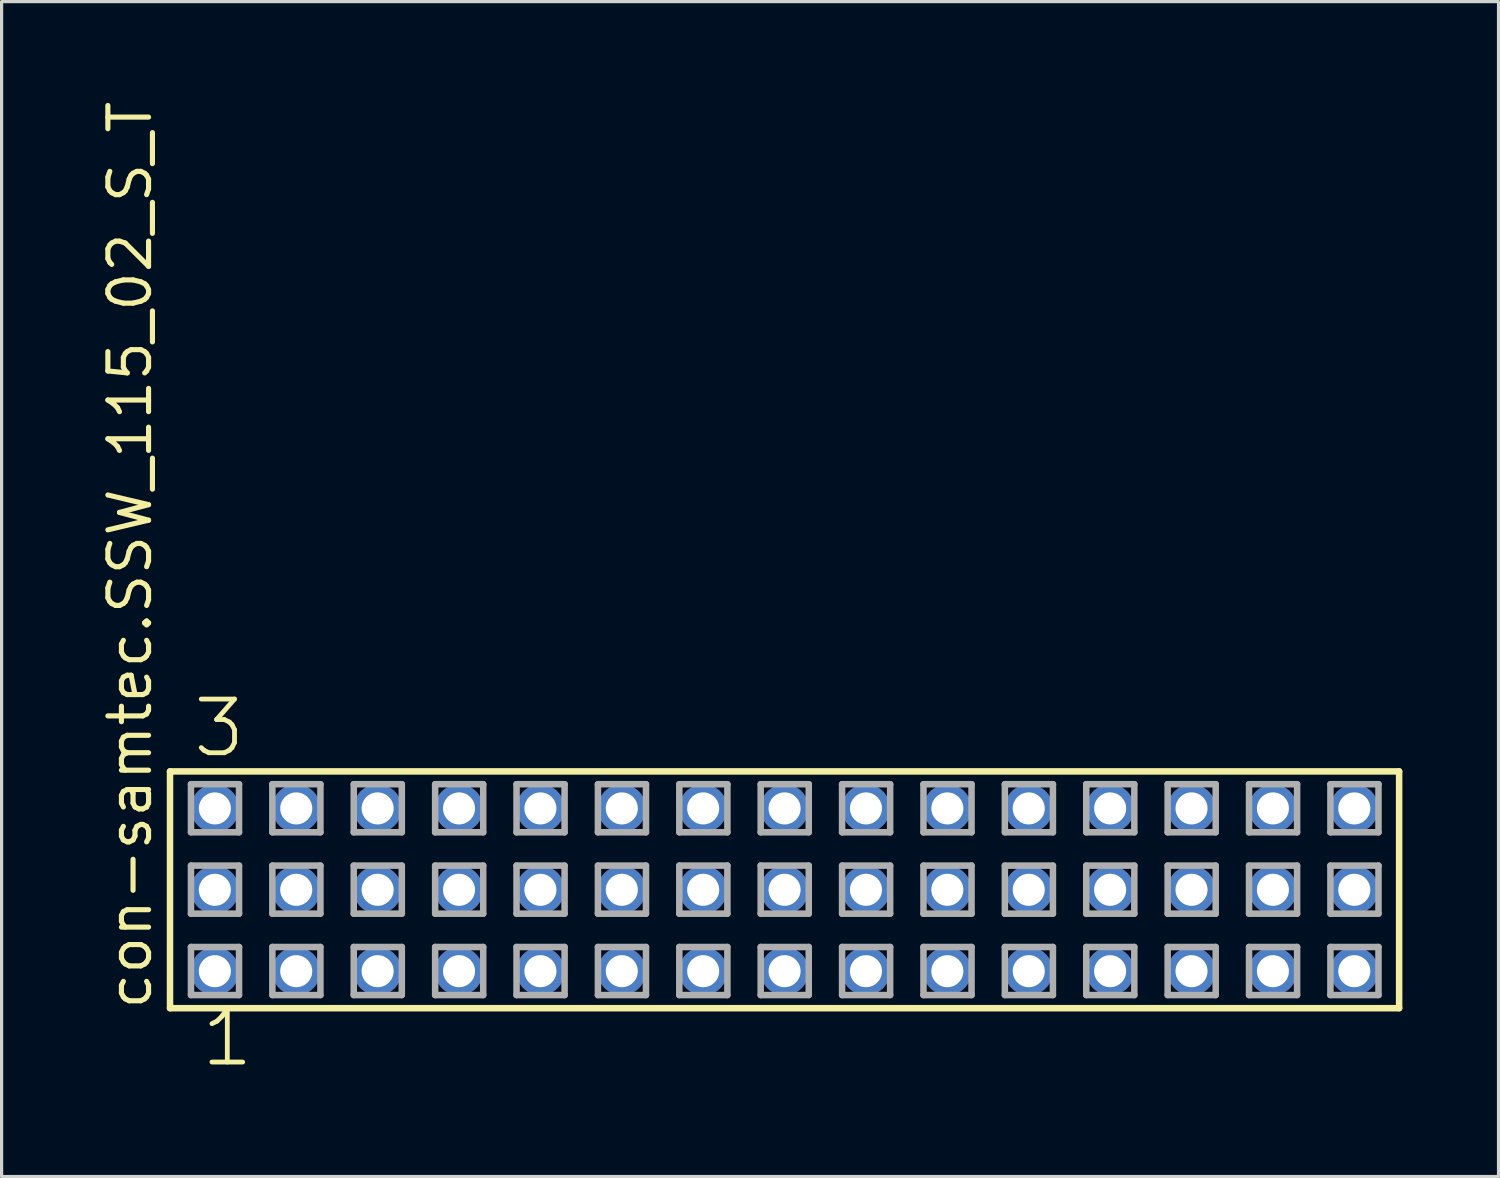
<source format=kicad_pcb>
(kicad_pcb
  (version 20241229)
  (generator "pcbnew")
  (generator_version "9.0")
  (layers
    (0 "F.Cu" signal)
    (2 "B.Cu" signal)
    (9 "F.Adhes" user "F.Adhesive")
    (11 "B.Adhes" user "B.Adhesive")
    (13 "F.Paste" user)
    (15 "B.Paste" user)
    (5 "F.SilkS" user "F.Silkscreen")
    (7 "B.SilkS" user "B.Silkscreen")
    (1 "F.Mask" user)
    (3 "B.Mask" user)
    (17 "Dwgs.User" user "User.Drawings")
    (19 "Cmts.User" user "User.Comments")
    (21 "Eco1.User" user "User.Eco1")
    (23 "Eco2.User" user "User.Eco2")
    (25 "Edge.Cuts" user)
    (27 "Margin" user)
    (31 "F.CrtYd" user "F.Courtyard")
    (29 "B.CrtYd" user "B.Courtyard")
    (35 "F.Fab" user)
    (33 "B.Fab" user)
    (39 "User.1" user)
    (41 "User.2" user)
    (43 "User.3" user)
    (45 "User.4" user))
  (footprint "con-samtec.SSW_115_02_S_T"
    (layer "F.Cu")
    (at 21.435 24.719)
    (property "Reference" "con-samtec.SSW_115_02_S_T" (at -19.685 3.81 90) (layer "F.SilkS") (effects (font (size 1.27 1.27) (thickness 0.16)) (justify left bottom)))
    (attr through_hole)
    (fp_line (start -19.179 -3.695) (end 19.179 -3.695) (stroke (width 0.203) (type default)) (layer "F.SilkS"))
    (fp_line (start -19.179 3.695) (end -19.179 -3.695) (stroke (width 0.203) (type default)) (layer "F.SilkS"))
    (fp_line (start 19.179 -3.695) (end 19.179 3.695) (stroke (width 0.203) (type default)) (layer "F.SilkS"))
    (fp_line (start 19.179 3.695) (end -19.179 3.695) (stroke (width 0.203) (type default)) (layer "F.SilkS"))
    (fp_line (start -18.525 -3.295) (end -17.025 -3.295) (stroke (width 0.203) (type default)) (layer "F.Fab"))
    (fp_line (start -18.525 -1.795) (end -18.525 -3.295) (stroke (width 0.203) (type default)) (layer "F.Fab"))
    (fp_line (start -18.525 -0.755) (end -17.025 -0.755) (stroke (width 0.203) (type default)) (layer "F.Fab"))
    (fp_line (start -18.525 0.745) (end -18.525 -0.755) (stroke (width 0.203) (type default)) (layer "F.Fab"))
    (fp_line (start -18.525 1.785) (end -17.025 1.785) (stroke (width 0.203) (type default)) (layer "F.Fab"))
    (fp_line (start -18.525 3.285) (end -18.525 1.785) (stroke (width 0.203) (type default)) (layer "F.Fab"))
    (fp_line (start -17.025 -3.295) (end -17.025 -1.795) (stroke (width 0.203) (type default)) (layer "F.Fab"))
    (fp_line (start -17.025 -1.795) (end -18.525 -1.795) (stroke (width 0.203) (type default)) (layer "F.Fab"))
    (fp_line (start -17.025 -0.755) (end -17.025 0.745) (stroke (width 0.203) (type default)) (layer "F.Fab"))
    (fp_line (start -17.025 0.745) (end -18.525 0.745) (stroke (width 0.203) (type default)) (layer "F.Fab"))
    (fp_line (start -17.025 1.785) (end -17.025 3.285) (stroke (width 0.203) (type default)) (layer "F.Fab"))
    (fp_line (start -17.025 3.285) (end -18.525 3.285) (stroke (width 0.203) (type default)) (layer "F.Fab"))
    (fp_line (start -15.985 -3.295) (end -14.485 -3.295) (stroke (width 0.203) (type default)) (layer "F.Fab"))
    (fp_line (start -15.985 -1.795) (end -15.985 -3.295) (stroke (width 0.203) (type default)) (layer "F.Fab"))
    (fp_line (start -15.985 -0.755) (end -14.485 -0.755) (stroke (width 0.203) (type default)) (layer "F.Fab"))
    (fp_line (start -15.985 0.745) (end -15.985 -0.755) (stroke (width 0.203) (type default)) (layer "F.Fab"))
    (fp_line (start -15.985 1.785) (end -14.485 1.785) (stroke (width 0.203) (type default)) (layer "F.Fab"))
    (fp_line (start -15.985 3.285) (end -15.985 1.785) (stroke (width 0.203) (type default)) (layer "F.Fab"))
    (fp_line (start -14.485 -3.295) (end -14.485 -1.795) (stroke (width 0.203) (type default)) (layer "F.Fab"))
    (fp_line (start -14.485 -1.795) (end -15.985 -1.795) (stroke (width 0.203) (type default)) (layer "F.Fab"))
    (fp_line (start -14.485 -0.755) (end -14.485 0.745) (stroke (width 0.203) (type default)) (layer "F.Fab"))
    (fp_line (start -14.485 0.745) (end -15.985 0.745) (stroke (width 0.203) (type default)) (layer "F.Fab"))
    (fp_line (start -14.485 1.785) (end -14.485 3.285) (stroke (width 0.203) (type default)) (layer "F.Fab"))
    (fp_line (start -14.485 3.285) (end -15.985 3.285) (stroke (width 0.203) (type default)) (layer "F.Fab"))
    (fp_line (start -13.445 -3.295) (end -11.945 -3.295) (stroke (width 0.203) (type default)) (layer "F.Fab"))
    (fp_line (start -13.445 -1.795) (end -13.445 -3.295) (stroke (width 0.203) (type default)) (layer "F.Fab"))
    (fp_line (start -13.445 -0.755) (end -11.945 -0.755) (stroke (width 0.203) (type default)) (layer "F.Fab"))
    (fp_line (start -13.445 0.745) (end -13.445 -0.755) (stroke (width 0.203) (type default)) (layer "F.Fab"))
    (fp_line (start -13.445 1.785) (end -11.945 1.785) (stroke (width 0.203) (type default)) (layer "F.Fab"))
    (fp_line (start -13.445 3.285) (end -13.445 1.785) (stroke (width 0.203) (type default)) (layer "F.Fab"))
    (fp_line (start -11.945 -3.295) (end -11.945 -1.795) (stroke (width 0.203) (type default)) (layer "F.Fab"))
    (fp_line (start -11.945 -1.795) (end -13.445 -1.795) (stroke (width 0.203) (type default)) (layer "F.Fab"))
    (fp_line (start -11.945 -0.755) (end -11.945 0.745) (stroke (width 0.203) (type default)) (layer "F.Fab"))
    (fp_line (start -11.945 0.745) (end -13.445 0.745) (stroke (width 0.203) (type default)) (layer "F.Fab"))
    (fp_line (start -11.945 1.785) (end -11.945 3.285) (stroke (width 0.203) (type default)) (layer "F.Fab"))
    (fp_line (start -11.945 3.285) (end -13.445 3.285) (stroke (width 0.203) (type default)) (layer "F.Fab"))
    (fp_line (start -10.905 -3.295) (end -9.405 -3.295) (stroke (width 0.203) (type default)) (layer "F.Fab"))
    (fp_line (start -10.905 -1.795) (end -10.905 -3.295) (stroke (width 0.203) (type default)) (layer "F.Fab"))
    (fp_line (start -10.905 -0.755) (end -9.405 -0.755) (stroke (width 0.203) (type default)) (layer "F.Fab"))
    (fp_line (start -10.905 0.745) (end -10.905 -0.755) (stroke (width 0.203) (type default)) (layer "F.Fab"))
    (fp_line (start -10.905 1.785) (end -9.405 1.785) (stroke (width 0.203) (type default)) (layer "F.Fab"))
    (fp_line (start -10.905 3.285) (end -10.905 1.785) (stroke (width 0.203) (type default)) (layer "F.Fab"))
    (fp_line (start -9.405 -3.295) (end -9.405 -1.795) (stroke (width 0.203) (type default)) (layer "F.Fab"))
    (fp_line (start -9.405 -1.795) (end -10.905 -1.795) (stroke (width 0.203) (type default)) (layer "F.Fab"))
    (fp_line (start -9.405 -0.755) (end -9.405 0.745) (stroke (width 0.203) (type default)) (layer "F.Fab"))
    (fp_line (start -9.405 0.745) (end -10.905 0.745) (stroke (width 0.203) (type default)) (layer "F.Fab"))
    (fp_line (start -9.405 1.785) (end -9.405 3.285) (stroke (width 0.203) (type default)) (layer "F.Fab"))
    (fp_line (start -9.405 3.285) (end -10.905 3.285) (stroke (width 0.203) (type default)) (layer "F.Fab"))
    (fp_line (start -8.365 -3.295) (end -6.865 -3.295) (stroke (width 0.203) (type default)) (layer "F.Fab"))
    (fp_line (start -8.365 -1.795) (end -8.365 -3.295) (stroke (width 0.203) (type default)) (layer "F.Fab"))
    (fp_line (start -8.365 -0.755) (end -6.865 -0.755) (stroke (width 0.203) (type default)) (layer "F.Fab"))
    (fp_line (start -8.365 0.745) (end -8.365 -0.755) (stroke (width 0.203) (type default)) (layer "F.Fab"))
    (fp_line (start -8.365 1.785) (end -6.865 1.785) (stroke (width 0.203) (type default)) (layer "F.Fab"))
    (fp_line (start -8.365 3.285) (end -8.365 1.785) (stroke (width 0.203) (type default)) (layer "F.Fab"))
    (fp_line (start -6.865 -3.295) (end -6.865 -1.795) (stroke (width 0.203) (type default)) (layer "F.Fab"))
    (fp_line (start -6.865 -1.795) (end -8.365 -1.795) (stroke (width 0.203) (type default)) (layer "F.Fab"))
    (fp_line (start -6.865 -0.755) (end -6.865 0.745) (stroke (width 0.203) (type default)) (layer "F.Fab"))
    (fp_line (start -6.865 0.745) (end -8.365 0.745) (stroke (width 0.203) (type default)) (layer "F.Fab"))
    (fp_line (start -6.865 1.785) (end -6.865 3.285) (stroke (width 0.203) (type default)) (layer "F.Fab"))
    (fp_line (start -6.865 3.285) (end -8.365 3.285) (stroke (width 0.203) (type default)) (layer "F.Fab"))
    (fp_line (start -5.825 -3.295) (end -4.325 -3.295) (stroke (width 0.203) (type default)) (layer "F.Fab"))
    (fp_line (start -5.825 -1.795) (end -5.825 -3.295) (stroke (width 0.203) (type default)) (layer "F.Fab"))
    (fp_line (start -5.825 -0.755) (end -4.325 -0.755) (stroke (width 0.203) (type default)) (layer "F.Fab"))
    (fp_line (start -5.825 0.745) (end -5.825 -0.755) (stroke (width 0.203) (type default)) (layer "F.Fab"))
    (fp_line (start -5.825 1.785) (end -4.325 1.785) (stroke (width 0.203) (type default)) (layer "F.Fab"))
    (fp_line (start -5.825 3.285) (end -5.825 1.785) (stroke (width 0.203) (type default)) (layer "F.Fab"))
    (fp_line (start -4.325 -3.295) (end -4.325 -1.795) (stroke (width 0.203) (type default)) (layer "F.Fab"))
    (fp_line (start -4.325 -1.795) (end -5.825 -1.795) (stroke (width 0.203) (type default)) (layer "F.Fab"))
    (fp_line (start -4.325 -0.755) (end -4.325 0.745) (stroke (width 0.203) (type default)) (layer "F.Fab"))
    (fp_line (start -4.325 0.745) (end -5.825 0.745) (stroke (width 0.203) (type default)) (layer "F.Fab"))
    (fp_line (start -4.325 1.785) (end -4.325 3.285) (stroke (width 0.203) (type default)) (layer "F.Fab"))
    (fp_line (start -4.325 3.285) (end -5.825 3.285) (stroke (width 0.203) (type default)) (layer "F.Fab"))
    (fp_line (start -3.285 -3.295) (end -1.785 -3.295) (stroke (width 0.203) (type default)) (layer "F.Fab"))
    (fp_line (start -3.285 -1.795) (end -3.285 -3.295) (stroke (width 0.203) (type default)) (layer "F.Fab"))
    (fp_line (start -3.285 -0.755) (end -1.785 -0.755) (stroke (width 0.203) (type default)) (layer "F.Fab"))
    (fp_line (start -3.285 0.745) (end -3.285 -0.755) (stroke (width 0.203) (type default)) (layer "F.Fab"))
    (fp_line (start -3.285 1.785) (end -1.785 1.785) (stroke (width 0.203) (type default)) (layer "F.Fab"))
    (fp_line (start -3.285 3.285) (end -3.285 1.785) (stroke (width 0.203) (type default)) (layer "F.Fab"))
    (fp_line (start -1.785 -3.295) (end -1.785 -1.795) (stroke (width 0.203) (type default)) (layer "F.Fab"))
    (fp_line (start -1.785 -1.795) (end -3.285 -1.795) (stroke (width 0.203) (type default)) (layer "F.Fab"))
    (fp_line (start -1.785 -0.755) (end -1.785 0.745) (stroke (width 0.203) (type default)) (layer "F.Fab"))
    (fp_line (start -1.785 0.745) (end -3.285 0.745) (stroke (width 0.203) (type default)) (layer "F.Fab"))
    (fp_line (start -1.785 1.785) (end -1.785 3.285) (stroke (width 0.203) (type default)) (layer "F.Fab"))
    (fp_line (start -1.785 3.285) (end -3.285 3.285) (stroke (width 0.203) (type default)) (layer "F.Fab"))
    (fp_line (start -0.745 -3.295) (end 0.755 -3.295) (stroke (width 0.203) (type default)) (layer "F.Fab"))
    (fp_line (start -0.745 -1.795) (end -0.745 -3.295) (stroke (width 0.203) (type default)) (layer "F.Fab"))
    (fp_line (start -0.745 -0.755) (end 0.755 -0.755) (stroke (width 0.203) (type default)) (layer "F.Fab"))
    (fp_line (start -0.745 0.745) (end -0.745 -0.755) (stroke (width 0.203) (type default)) (layer "F.Fab"))
    (fp_line (start -0.745 1.785) (end 0.755 1.785) (stroke (width 0.203) (type default)) (layer "F.Fab"))
    (fp_line (start -0.745 3.285) (end -0.745 1.785) (stroke (width 0.203) (type default)) (layer "F.Fab"))
    (fp_line (start 0.755 -3.295) (end 0.755 -1.795) (stroke (width 0.203) (type default)) (layer "F.Fab"))
    (fp_line (start 0.755 -1.795) (end -0.745 -1.795) (stroke (width 0.203) (type default)) (layer "F.Fab"))
    (fp_line (start 0.755 -0.755) (end 0.755 0.745) (stroke (width 0.203) (type default)) (layer "F.Fab"))
    (fp_line (start 0.755 0.745) (end -0.745 0.745) (stroke (width 0.203) (type default)) (layer "F.Fab"))
    (fp_line (start 0.755 1.785) (end 0.755 3.285) (stroke (width 0.203) (type default)) (layer "F.Fab"))
    (fp_line (start 0.755 3.285) (end -0.745 3.285) (stroke (width 0.203) (type default)) (layer "F.Fab"))
    (fp_line (start 1.795 -3.295) (end 3.295 -3.295) (stroke (width 0.203) (type default)) (layer "F.Fab"))
    (fp_line (start 1.795 -1.795) (end 1.795 -3.295) (stroke (width 0.203) (type default)) (layer "F.Fab"))
    (fp_line (start 1.795 -0.755) (end 3.295 -0.755) (stroke (width 0.203) (type default)) (layer "F.Fab"))
    (fp_line (start 1.795 0.745) (end 1.795 -0.755) (stroke (width 0.203) (type default)) (layer "F.Fab"))
    (fp_line (start 1.795 1.785) (end 3.295 1.785) (stroke (width 0.203) (type default)) (layer "F.Fab"))
    (fp_line (start 1.795 3.285) (end 1.795 1.785) (stroke (width 0.203) (type default)) (layer "F.Fab"))
    (fp_line (start 3.295 -3.295) (end 3.295 -1.795) (stroke (width 0.203) (type default)) (layer "F.Fab"))
    (fp_line (start 3.295 -1.795) (end 1.795 -1.795) (stroke (width 0.203) (type default)) (layer "F.Fab"))
    (fp_line (start 3.295 -0.755) (end 3.295 0.745) (stroke (width 0.203) (type default)) (layer "F.Fab"))
    (fp_line (start 3.295 0.745) (end 1.795 0.745) (stroke (width 0.203) (type default)) (layer "F.Fab"))
    (fp_line (start 3.295 1.785) (end 3.295 3.285) (stroke (width 0.203) (type default)) (layer "F.Fab"))
    (fp_line (start 3.295 3.285) (end 1.795 3.285) (stroke (width 0.203) (type default)) (layer "F.Fab"))
    (fp_line (start 4.335 -3.295) (end 5.835 -3.295) (stroke (width 0.203) (type default)) (layer "F.Fab"))
    (fp_line (start 4.335 -1.795) (end 4.335 -3.295) (stroke (width 0.203) (type default)) (layer "F.Fab"))
    (fp_line (start 4.335 -0.755) (end 5.835 -0.755) (stroke (width 0.203) (type default)) (layer "F.Fab"))
    (fp_line (start 4.335 0.745) (end 4.335 -0.755) (stroke (width 0.203) (type default)) (layer "F.Fab"))
    (fp_line (start 4.335 1.785) (end 5.835 1.785) (stroke (width 0.203) (type default)) (layer "F.Fab"))
    (fp_line (start 4.335 3.285) (end 4.335 1.785) (stroke (width 0.203) (type default)) (layer "F.Fab"))
    (fp_line (start 5.835 -3.295) (end 5.835 -1.795) (stroke (width 0.203) (type default)) (layer "F.Fab"))
    (fp_line (start 5.835 -1.795) (end 4.335 -1.795) (stroke (width 0.203) (type default)) (layer "F.Fab"))
    (fp_line (start 5.835 -0.755) (end 5.835 0.745) (stroke (width 0.203) (type default)) (layer "F.Fab"))
    (fp_line (start 5.835 0.745) (end 4.335 0.745) (stroke (width 0.203) (type default)) (layer "F.Fab"))
    (fp_line (start 5.835 1.785) (end 5.835 3.285) (stroke (width 0.203) (type default)) (layer "F.Fab"))
    (fp_line (start 5.835 3.285) (end 4.335 3.285) (stroke (width 0.203) (type default)) (layer "F.Fab"))
    (fp_line (start 6.875 -3.295) (end 8.375 -3.295) (stroke (width 0.203) (type default)) (layer "F.Fab"))
    (fp_line (start 6.875 -1.795) (end 6.875 -3.295) (stroke (width 0.203) (type default)) (layer "F.Fab"))
    (fp_line (start 6.875 -0.755) (end 8.375 -0.755) (stroke (width 0.203) (type default)) (layer "F.Fab"))
    (fp_line (start 6.875 0.745) (end 6.875 -0.755) (stroke (width 0.203) (type default)) (layer "F.Fab"))
    (fp_line (start 6.875 1.785) (end 8.375 1.785) (stroke (width 0.203) (type default)) (layer "F.Fab"))
    (fp_line (start 6.875 3.285) (end 6.875 1.785) (stroke (width 0.203) (type default)) (layer "F.Fab"))
    (fp_line (start 8.375 -3.295) (end 8.375 -1.795) (stroke (width 0.203) (type default)) (layer "F.Fab"))
    (fp_line (start 8.375 -1.795) (end 6.875 -1.795) (stroke (width 0.203) (type default)) (layer "F.Fab"))
    (fp_line (start 8.375 -0.755) (end 8.375 0.745) (stroke (width 0.203) (type default)) (layer "F.Fab"))
    (fp_line (start 8.375 0.745) (end 6.875 0.745) (stroke (width 0.203) (type default)) (layer "F.Fab"))
    (fp_line (start 8.375 1.785) (end 8.375 3.285) (stroke (width 0.203) (type default)) (layer "F.Fab"))
    (fp_line (start 8.375 3.285) (end 6.875 3.285) (stroke (width 0.203) (type default)) (layer "F.Fab"))
    (fp_line (start 9.415 -3.295) (end 10.915 -3.295) (stroke (width 0.203) (type default)) (layer "F.Fab"))
    (fp_line (start 9.415 -1.795) (end 9.415 -3.295) (stroke (width 0.203) (type default)) (layer "F.Fab"))
    (fp_line (start 9.415 -0.755) (end 10.915 -0.755) (stroke (width 0.203) (type default)) (layer "F.Fab"))
    (fp_line (start 9.415 0.745) (end 9.415 -0.755) (stroke (width 0.203) (type default)) (layer "F.Fab"))
    (fp_line (start 9.415 1.785) (end 10.915 1.785) (stroke (width 0.203) (type default)) (layer "F.Fab"))
    (fp_line (start 9.415 3.285) (end 9.415 1.785) (stroke (width 0.203) (type default)) (layer "F.Fab"))
    (fp_line (start 10.915 -3.295) (end 10.915 -1.795) (stroke (width 0.203) (type default)) (layer "F.Fab"))
    (fp_line (start 10.915 -1.795) (end 9.415 -1.795) (stroke (width 0.203) (type default)) (layer "F.Fab"))
    (fp_line (start 10.915 -0.755) (end 10.915 0.745) (stroke (width 0.203) (type default)) (layer "F.Fab"))
    (fp_line (start 10.915 0.745) (end 9.415 0.745) (stroke (width 0.203) (type default)) (layer "F.Fab"))
    (fp_line (start 10.915 1.785) (end 10.915 3.285) (stroke (width 0.203) (type default)) (layer "F.Fab"))
    (fp_line (start 10.915 3.285) (end 9.415 3.285) (stroke (width 0.203) (type default)) (layer "F.Fab"))
    (fp_line (start 11.955 -3.295) (end 13.455 -3.295) (stroke (width 0.203) (type default)) (layer "F.Fab"))
    (fp_line (start 11.955 -1.795) (end 11.955 -3.295) (stroke (width 0.203) (type default)) (layer "F.Fab"))
    (fp_line (start 11.955 -0.755) (end 13.455 -0.755) (stroke (width 0.203) (type default)) (layer "F.Fab"))
    (fp_line (start 11.955 0.745) (end 11.955 -0.755) (stroke (width 0.203) (type default)) (layer "F.Fab"))
    (fp_line (start 11.955 1.785) (end 13.455 1.785) (stroke (width 0.203) (type default)) (layer "F.Fab"))
    (fp_line (start 11.955 3.285) (end 11.955 1.785) (stroke (width 0.203) (type default)) (layer "F.Fab"))
    (fp_line (start 13.455 -3.295) (end 13.455 -1.795) (stroke (width 0.203) (type default)) (layer "F.Fab"))
    (fp_line (start 13.455 -1.795) (end 11.955 -1.795) (stroke (width 0.203) (type default)) (layer "F.Fab"))
    (fp_line (start 13.455 -0.755) (end 13.455 0.745) (stroke (width 0.203) (type default)) (layer "F.Fab"))
    (fp_line (start 13.455 0.745) (end 11.955 0.745) (stroke (width 0.203) (type default)) (layer "F.Fab"))
    (fp_line (start 13.455 1.785) (end 13.455 3.285) (stroke (width 0.203) (type default)) (layer "F.Fab"))
    (fp_line (start 13.455 3.285) (end 11.955 3.285) (stroke (width 0.203) (type default)) (layer "F.Fab"))
    (fp_line (start 14.495 -3.295) (end 15.995 -3.295) (stroke (width 0.203) (type default)) (layer "F.Fab"))
    (fp_line (start 14.495 -1.795) (end 14.495 -3.295) (stroke (width 0.203) (type default)) (layer "F.Fab"))
    (fp_line (start 14.495 -0.755) (end 15.995 -0.755) (stroke (width 0.203) (type default)) (layer "F.Fab"))
    (fp_line (start 14.495 0.745) (end 14.495 -0.755) (stroke (width 0.203) (type default)) (layer "F.Fab"))
    (fp_line (start 14.495 1.785) (end 15.995 1.785) (stroke (width 0.203) (type default)) (layer "F.Fab"))
    (fp_line (start 14.495 3.285) (end 14.495 1.785) (stroke (width 0.203) (type default)) (layer "F.Fab"))
    (fp_line (start 15.995 -3.295) (end 15.995 -1.795) (stroke (width 0.203) (type default)) (layer "F.Fab"))
    (fp_line (start 15.995 -1.795) (end 14.495 -1.795) (stroke (width 0.203) (type default)) (layer "F.Fab"))
    (fp_line (start 15.995 -0.755) (end 15.995 0.745) (stroke (width 0.203) (type default)) (layer "F.Fab"))
    (fp_line (start 15.995 0.745) (end 14.495 0.745) (stroke (width 0.203) (type default)) (layer "F.Fab"))
    (fp_line (start 15.995 1.785) (end 15.995 3.285) (stroke (width 0.203) (type default)) (layer "F.Fab"))
    (fp_line (start 15.995 3.285) (end 14.495 3.285) (stroke (width 0.203) (type default)) (layer "F.Fab"))
    (fp_line (start 17.035 -3.295) (end 18.535 -3.295) (stroke (width 0.203) (type default)) (layer "F.Fab"))
    (fp_line (start 17.035 -1.795) (end 17.035 -3.295) (stroke (width 0.203) (type default)) (layer "F.Fab"))
    (fp_line (start 17.035 -0.755) (end 18.535 -0.755) (stroke (width 0.203) (type default)) (layer "F.Fab"))
    (fp_line (start 17.035 0.745) (end 17.035 -0.755) (stroke (width 0.203) (type default)) (layer "F.Fab"))
    (fp_line (start 17.035 1.785) (end 18.535 1.785) (stroke (width 0.203) (type default)) (layer "F.Fab"))
    (fp_line (start 17.035 3.285) (end 17.035 1.785) (stroke (width 0.203) (type default)) (layer "F.Fab"))
    (fp_line (start 18.535 -3.295) (end 18.535 -1.795) (stroke (width 0.203) (type default)) (layer "F.Fab"))
    (fp_line (start 18.535 -1.795) (end 17.035 -1.795) (stroke (width 0.203) (type default)) (layer "F.Fab"))
    (fp_line (start 18.535 -0.755) (end 18.535 0.745) (stroke (width 0.203) (type default)) (layer "F.Fab"))
    (fp_line (start 18.535 0.745) (end 17.035 0.745) (stroke (width 0.203) (type default)) (layer "F.Fab"))
    (fp_line (start 18.535 1.785) (end 18.535 3.285) (stroke (width 0.203) (type default)) (layer "F.Fab"))
    (fp_line (start 18.535 3.285) (end 17.035 3.285) (stroke (width 0.203) (type default)) (layer "F.Fab"))
    (fp_text user "1" (at -18.288 5.588 0) (layer "F.SilkS") (effects (font (size 1.676 1.676) (thickness 0.15)) (justify left bottom)))
    (fp_text user "3" (at -18.542 -4.064 0) (layer "F.SilkS") (effects (font (size 1.676 1.676) (thickness 0.15)) (justify left bottom)))
    (pad "1" thru_hole circle (at -17.78 2.54) (size 1.5 1.5) (drill 1) (layers "*.Cu" "*.Mask"))
    (pad "2" thru_hole circle (at -17.78 0) (size 1.5 1.5) (drill 1) (layers "*.Cu" "*.Mask"))
    (pad "3" thru_hole circle (at -17.78 -2.54) (size 1.5 1.5) (drill 1) (layers "*.Cu" "*.Mask"))
    (pad "4" thru_hole circle (at -15.24 2.54) (size 1.5 1.5) (drill 1) (layers "*.Cu" "*.Mask"))
    (pad "5" thru_hole circle (at -15.24 0) (size 1.5 1.5) (drill 1) (layers "*.Cu" "*.Mask"))
    (pad "6" thru_hole circle (at -15.24 -2.54) (size 1.5 1.5) (drill 1) (layers "*.Cu" "*.Mask"))
    (pad "7" thru_hole circle (at -12.7 2.54) (size 1.5 1.5) (drill 1) (layers "*.Cu" "*.Mask"))
    (pad "8" thru_hole circle (at -12.7 0) (size 1.5 1.5) (drill 1) (layers "*.Cu" "*.Mask"))
    (pad "9" thru_hole circle (at -12.7 -2.54) (size 1.5 1.5) (drill 1) (layers "*.Cu" "*.Mask"))
    (pad "10" thru_hole circle (at -10.16 2.54) (size 1.5 1.5) (drill 1) (layers "*.Cu" "*.Mask"))
    (pad "11" thru_hole circle (at -10.16 0) (size 1.5 1.5) (drill 1) (layers "*.Cu" "*.Mask"))
    (pad "12" thru_hole circle (at -10.16 -2.54) (size 1.5 1.5) (drill 1) (layers "*.Cu" "*.Mask"))
    (pad "13" thru_hole circle (at -7.62 2.54) (size 1.5 1.5) (drill 1) (layers "*.Cu" "*.Mask"))
    (pad "14" thru_hole circle (at -7.62 0) (size 1.5 1.5) (drill 1) (layers "*.Cu" "*.Mask"))
    (pad "15" thru_hole circle (at -7.62 -2.54) (size 1.5 1.5) (drill 1) (layers "*.Cu" "*.Mask"))
    (pad "16" thru_hole circle (at -5.08 2.54) (size 1.5 1.5) (drill 1) (layers "*.Cu" "*.Mask"))
    (pad "17" thru_hole circle (at -5.08 0) (size 1.5 1.5) (drill 1) (layers "*.Cu" "*.Mask"))
    (pad "18" thru_hole circle (at -5.08 -2.54) (size 1.5 1.5) (drill 1) (layers "*.Cu" "*.Mask"))
    (pad "19" thru_hole circle (at -2.54 2.54) (size 1.5 1.5) (drill 1) (layers "*.Cu" "*.Mask"))
    (pad "20" thru_hole circle (at -2.54 0) (size 1.5 1.5) (drill 1) (layers "*.Cu" "*.Mask"))
    (pad "21" thru_hole circle (at -2.54 -2.54) (size 1.5 1.5) (drill 1) (layers "*.Cu" "*.Mask"))
    (pad "22" thru_hole circle (at 0 2.54) (size 1.5 1.5) (drill 1) (layers "*.Cu" "*.Mask"))
    (pad "23" thru_hole circle (at 0 0) (size 1.5 1.5) (drill 1) (layers "*.Cu" "*.Mask"))
    (pad "24" thru_hole circle (at 0 -2.54) (size 1.5 1.5) (drill 1) (layers "*.Cu" "*.Mask"))
    (pad "25" thru_hole circle (at 2.54 2.54) (size 1.5 1.5) (drill 1) (layers "*.Cu" "*.Mask"))
    (pad "26" thru_hole circle (at 2.54 0) (size 1.5 1.5) (drill 1) (layers "*.Cu" "*.Mask"))
    (pad "27" thru_hole circle (at 2.54 -2.54) (size 1.5 1.5) (drill 1) (layers "*.Cu" "*.Mask"))
    (pad "28" thru_hole circle (at 5.08 2.54) (size 1.5 1.5) (drill 1) (layers "*.Cu" "*.Mask"))
    (pad "29" thru_hole circle (at 5.08 0) (size 1.5 1.5) (drill 1) (layers "*.Cu" "*.Mask"))
    (pad "30" thru_hole circle (at 5.08 -2.54) (size 1.5 1.5) (drill 1) (layers "*.Cu" "*.Mask"))
    (pad "31" thru_hole circle (at 7.62 2.54) (size 1.5 1.5) (drill 1) (layers "*.Cu" "*.Mask"))
    (pad "32" thru_hole circle (at 7.62 0) (size 1.5 1.5) (drill 1) (layers "*.Cu" "*.Mask"))
    (pad "33" thru_hole circle (at 7.62 -2.54) (size 1.5 1.5) (drill 1) (layers "*.Cu" "*.Mask"))
    (pad "34" thru_hole circle (at 10.16 2.54) (size 1.5 1.5) (drill 1) (layers "*.Cu" "*.Mask"))
    (pad "35" thru_hole circle (at 10.16 0) (size 1.5 1.5) (drill 1) (layers "*.Cu" "*.Mask"))
    (pad "36" thru_hole circle (at 10.16 -2.54) (size 1.5 1.5) (drill 1) (layers "*.Cu" "*.Mask"))
    (pad "37" thru_hole circle (at 12.7 2.54) (size 1.5 1.5) (drill 1) (layers "*.Cu" "*.Mask"))
    (pad "38" thru_hole circle (at 12.7 0) (size 1.5 1.5) (drill 1) (layers "*.Cu" "*.Mask"))
    (pad "39" thru_hole circle (at 12.7 -2.54) (size 1.5 1.5) (drill 1) (layers "*.Cu" "*.Mask"))
    (pad "40" thru_hole circle (at 15.24 2.54) (size 1.5 1.5) (drill 1) (layers "*.Cu" "*.Mask"))
    (pad "41" thru_hole circle (at 15.24 0) (size 1.5 1.5) (drill 1) (layers "*.Cu" "*.Mask"))
    (pad "42" thru_hole circle (at 15.24 -2.54) (size 1.5 1.5) (drill 1) (layers "*.Cu" "*.Mask"))
    (pad "43" thru_hole circle (at 17.78 2.54) (size 1.5 1.5) (drill 1) (layers "*.Cu" "*.Mask"))
    (pad "44" thru_hole circle (at 17.78 0) (size 1.5 1.5) (drill 1) (layers "*.Cu" "*.Mask"))
    (pad "45" thru_hole circle (at 17.78 -2.54) (size 1.5 1.5) (drill 1) (layers "*.Cu" "*.Mask")))
  (gr_rect
    (start -3 -3)
    (end 43.716 33.668)
    (stroke (width 0.1) (type default))
    (fill no)
    (layer "Edge.Cuts")))
</source>
